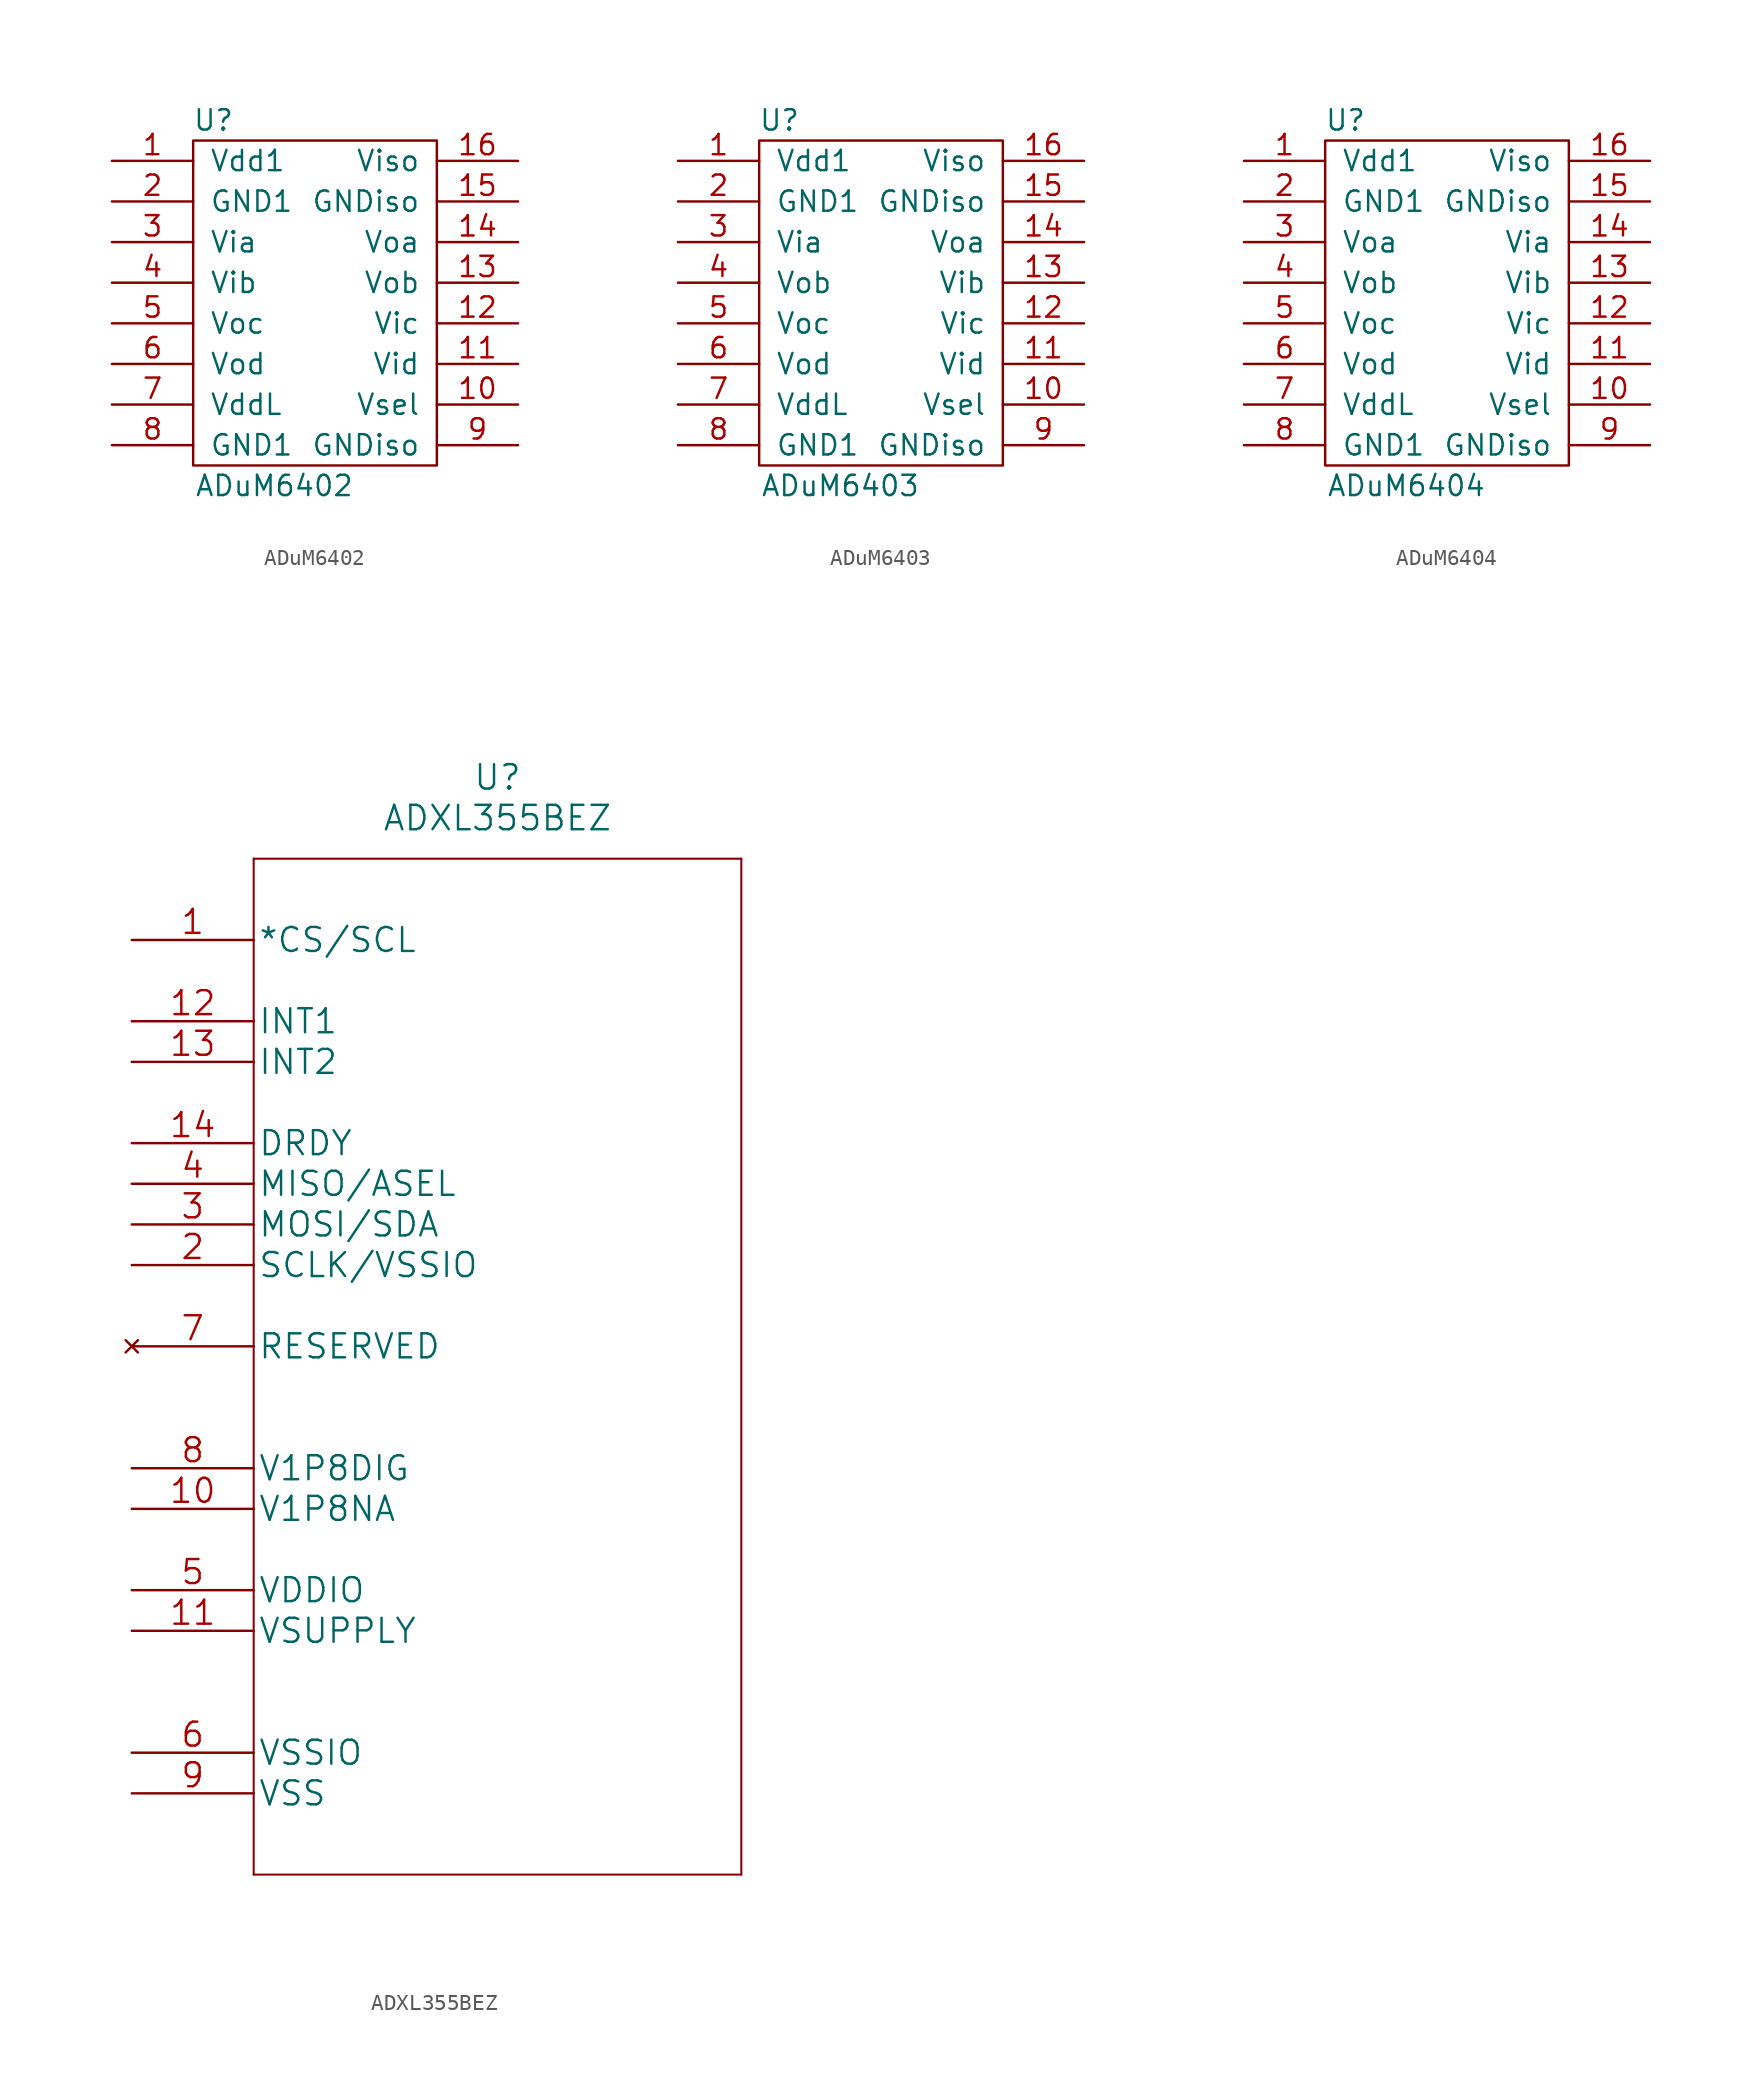
<source format=kicad_sym>
(kicad_symbol_lib
  (version 20211014)
  (generator kicad_symbol_editor)
  (symbol "ADuM6402"
    (pin_names
      (offset 1.016))
    (property "Reference" "U"
      (at -6.35 11.43 0)
      (effects (font (size 1.27 1.27))))
    (property "Value" "ADuM6402"
      (at -2.54 -11.43 0)
      (effects (font (size 1.27 1.27))))
    (symbol "ADuM6402_0_1"
      (rectangle (start -7.62 10.16) (end 7.62 -10.16) (stroke (width 0) (type default) (color 0 0 0 0)) (fill (type none))))
    (symbol "ADuM6402_1_1"
      (pin power_in line (at -12.7 8.89 0) (length 5.08) (name "Vdd1" (effects (font (size 1.27 1.27)))) (number "1" (effects (font (size 1.27 1.27)))))
      (pin power_out line (at 12.7 -6.35 180) (length 5.08) (name "Vsel" (effects (font (size 1.27 1.27)))) (number "10" (effects (font (size 1.27 1.27)))))
      (pin input line (at 12.7 -3.81 180) (length 5.08) (name "Vid" (effects (font (size 1.27 1.27)))) (number "11" (effects (font (size 1.27 1.27)))))
      (pin input line (at 12.7 -1.27 180) (length 5.08) (name "Vic" (effects (font (size 1.27 1.27)))) (number "12" (effects (font (size 1.27 1.27)))))
      (pin output line (at 12.7 1.27 180) (length 5.08) (name "Vob" (effects (font (size 1.27 1.27)))) (number "13" (effects (font (size 1.27 1.27)))))
      (pin output line (at 12.7 3.81 180) (length 5.08) (name "Voa" (effects (font (size 1.27 1.27)))) (number "14" (effects (font (size 1.27 1.27)))))
      (pin power_out line (at 12.7 6.35 180) (length 5.08) (name "GNDiso" (effects (font (size 1.27 1.27)))) (number "15" (effects (font (size 1.27 1.27)))))
      (pin power_out line (at 12.7 8.89 180) (length 5.08) (name "Viso" (effects (font (size 1.27 1.27)))) (number "16" (effects (font (size 1.27 1.27)))))
      (pin power_in line (at -12.7 6.35 0) (length 5.08) (name "GND1" (effects (font (size 1.27 1.27)))) (number "2" (effects (font (size 1.27 1.27)))))
      (pin input line (at -12.7 3.81 0) (length 5.08) (name "Via" (effects (font (size 1.27 1.27)))) (number "3" (effects (font (size 1.27 1.27)))))
      (pin input line (at -12.7 1.27 0) (length 5.08) (name "Vib" (effects (font (size 1.27 1.27)))) (number "4" (effects (font (size 1.27 1.27)))))
      (pin output line (at -12.7 -1.27 0) (length 5.08) (name "Voc" (effects (font (size 1.27 1.27)))) (number "5" (effects (font (size 1.27 1.27)))))
      (pin output line (at -12.7 -3.81 0) (length 5.08) (name "Vod" (effects (font (size 1.27 1.27)))) (number "6" (effects (font (size 1.27 1.27)))))
      (pin power_in line (at -12.7 -6.35 0) (length 5.08) (name "VddL" (effects (font (size 1.27 1.27)))) (number "7" (effects (font (size 1.27 1.27)))))
      (pin power_in line (at -12.7 -8.89 0) (length 5.08) (name "GND1" (effects (font (size 1.27 1.27)))) (number "8" (effects (font (size 1.27 1.27)))))
      (pin power_out line (at 12.7 -8.89 180) (length 5.08) (name "GNDiso" (effects (font (size 1.27 1.27)))) (number "9" (effects (font (size 1.27 1.27)))))))
  (symbol "ADuM6403"
    (pin_names
      (offset 1.016))
    (property "Reference" "U"
      (at -6.35 11.43 0)
      (effects (font (size 1.27 1.27))))
    (property "Value" "ADuM6403"
      (at -2.54 -11.43 0)
      (effects (font (size 1.27 1.27))))
    (symbol "ADuM6403_0_1"
      (rectangle (start -7.62 10.16) (end 7.62 -10.16) (stroke (width 0) (type default) (color 0 0 0 0)) (fill (type none))))
    (symbol "ADuM6403_1_1"
      (pin power_in line (at -12.7 8.89 0) (length 5.08) (name "Vdd1" (effects (font (size 1.27 1.27)))) (number "1" (effects (font (size 1.27 1.27)))))
      (pin power_out line (at 12.7 -6.35 180) (length 5.08) (name "Vsel" (effects (font (size 1.27 1.27)))) (number "10" (effects (font (size 1.27 1.27)))))
      (pin input line (at 12.7 -3.81 180) (length 5.08) (name "Vid" (effects (font (size 1.27 1.27)))) (number "11" (effects (font (size 1.27 1.27)))))
      (pin input line (at 12.7 -1.27 180) (length 5.08) (name "Vic" (effects (font (size 1.27 1.27)))) (number "12" (effects (font (size 1.27 1.27)))))
      (pin input line (at 12.7 1.27 180) (length 5.08) (name "Vib" (effects (font (size 1.27 1.27)))) (number "13" (effects (font (size 1.27 1.27)))))
      (pin output line (at 12.7 3.81 180) (length 5.08) (name "Voa" (effects (font (size 1.27 1.27)))) (number "14" (effects (font (size 1.27 1.27)))))
      (pin power_out line (at 12.7 6.35 180) (length 5.08) (name "GNDiso" (effects (font (size 1.27 1.27)))) (number "15" (effects (font (size 1.27 1.27)))))
      (pin power_out line (at 12.7 8.89 180) (length 5.08) (name "Viso" (effects (font (size 1.27 1.27)))) (number "16" (effects (font (size 1.27 1.27)))))
      (pin power_in line (at -12.7 6.35 0) (length 5.08) (name "GND1" (effects (font (size 1.27 1.27)))) (number "2" (effects (font (size 1.27 1.27)))))
      (pin input line (at -12.7 3.81 0) (length 5.08) (name "Via" (effects (font (size 1.27 1.27)))) (number "3" (effects (font (size 1.27 1.27)))))
      (pin output line (at -12.7 1.27 0) (length 5.08) (name "Vob" (effects (font (size 1.27 1.27)))) (number "4" (effects (font (size 1.27 1.27)))))
      (pin output line (at -12.7 -1.27 0) (length 5.08) (name "Voc" (effects (font (size 1.27 1.27)))) (number "5" (effects (font (size 1.27 1.27)))))
      (pin output line (at -12.7 -3.81 0) (length 5.08) (name "Vod" (effects (font (size 1.27 1.27)))) (number "6" (effects (font (size 1.27 1.27)))))
      (pin power_in line (at -12.7 -6.35 0) (length 5.08) (name "VddL" (effects (font (size 1.27 1.27)))) (number "7" (effects (font (size 1.27 1.27)))))
      (pin power_in line (at -12.7 -8.89 0) (length 5.08) (name "GND1" (effects (font (size 1.27 1.27)))) (number "8" (effects (font (size 1.27 1.27)))))
      (pin power_out line (at 12.7 -8.89 180) (length 5.08) (name "GNDiso" (effects (font (size 1.27 1.27)))) (number "9" (effects (font (size 1.27 1.27)))))))
  (symbol "ADuM6404"
    (pin_names
      (offset 1.016))
    (property "Reference" "U"
      (at -6.35 11.43 0)
      (effects (font (size 1.27 1.27))))
    (property "Value" "ADuM6404"
      (at -2.54 -11.43 0)
      (effects (font (size 1.27 1.27))))
    (symbol "ADuM6404_0_1"
      (rectangle (start -7.62 10.16) (end 7.62 -10.16) (stroke (width 0) (type default) (color 0 0 0 0)) (fill (type none))))
    (symbol "ADuM6404_1_1"
      (pin power_in line (at -12.7 8.89 0) (length 5.08) (name "Vdd1" (effects (font (size 1.27 1.27)))) (number "1" (effects (font (size 1.27 1.27)))))
      (pin power_out line (at 12.7 -6.35 180) (length 5.08) (name "Vsel" (effects (font (size 1.27 1.27)))) (number "10" (effects (font (size 1.27 1.27)))))
      (pin input line (at 12.7 -3.81 180) (length 5.08) (name "Vid" (effects (font (size 1.27 1.27)))) (number "11" (effects (font (size 1.27 1.27)))))
      (pin input line (at 12.7 -1.27 180) (length 5.08) (name "Vic" (effects (font (size 1.27 1.27)))) (number "12" (effects (font (size 1.27 1.27)))))
      (pin input line (at 12.7 1.27 180) (length 5.08) (name "Vib" (effects (font (size 1.27 1.27)))) (number "13" (effects (font (size 1.27 1.27)))))
      (pin input line (at 12.7 3.81 180) (length 5.08) (name "Via" (effects (font (size 1.27 1.27)))) (number "14" (effects (font (size 1.27 1.27)))))
      (pin power_out line (at 12.7 6.35 180) (length 5.08) (name "GNDiso" (effects (font (size 1.27 1.27)))) (number "15" (effects (font (size 1.27 1.27)))))
      (pin power_out line (at 12.7 8.89 180) (length 5.08) (name "Viso" (effects (font (size 1.27 1.27)))) (number "16" (effects (font (size 1.27 1.27)))))
      (pin power_in line (at -12.7 6.35 0) (length 5.08) (name "GND1" (effects (font (size 1.27 1.27)))) (number "2" (effects (font (size 1.27 1.27)))))
      (pin output line (at -12.7 3.81 0) (length 5.08) (name "Voa" (effects (font (size 1.27 1.27)))) (number "3" (effects (font (size 1.27 1.27)))))
      (pin output line (at -12.7 1.27 0) (length 5.08) (name "Vob" (effects (font (size 1.27 1.27)))) (number "4" (effects (font (size 1.27 1.27)))))
      (pin output line (at -12.7 -1.27 0) (length 5.08) (name "Voc" (effects (font (size 1.27 1.27)))) (number "5" (effects (font (size 1.27 1.27)))))
      (pin output line (at -12.7 -3.81 0) (length 5.08) (name "Vod" (effects (font (size 1.27 1.27)))) (number "6" (effects (font (size 1.27 1.27)))))
      (pin power_in line (at -12.7 -6.35 0) (length 5.08) (name "VddL" (effects (font (size 1.27 1.27)))) (number "7" (effects (font (size 1.27 1.27)))))
      (pin power_in line (at -12.7 -8.89 0) (length 5.08) (name "GND1" (effects (font (size 1.27 1.27)))) (number "8" (effects (font (size 1.27 1.27)))))
      (pin power_out line (at 12.7 -8.89 180) (length 5.08) (name "GNDiso" (effects (font (size 1.27 1.27)))) (number "9" (effects (font (size 1.27 1.27)))))))
  (symbol "ADXL355BEZ"
    (pin_names
      (offset 0.254))
    (property "Reference" "U"
      (at 22.86 10.16 0)
      (effects (font (size 1.524 1.524))))
    (property "Value" "ADXL355BEZ"
      (at 22.86 7.62 0)
      (effects (font (size 1.524 1.524))))
    (property "Datasheet" ""
      (at 0 0 0)
      (effects (font (size 1.524 1.524))))
    (property "ki_locked" ""
      (at 0 0 0)
      (effects (font (size 1.27 1.27))))
    (symbol "ADXL355BEZ_1_1"
      (polyline (pts (xy 7.62 -58.42) (xy 38.1 -58.42)) (stroke (width 0.127) (type default) (color 0 0 0 0)) (fill (type none)))
      (polyline (pts (xy 7.62 5.08) (xy 7.62 -58.42)) (stroke (width 0.127) (type default) (color 0 0 0 0)) (fill (type none)))
      (polyline (pts (xy 38.1 -58.42) (xy 38.1 5.08)) (stroke (width 0.127) (type default) (color 0 0 0 0)) (fill (type none)))
      (polyline (pts (xy 38.1 5.08) (xy 7.62 5.08)) (stroke (width 0.127) (type default) (color 0 0 0 0)) (fill (type none)))
      (pin input line (at 0 0 0) (length 7.62) (name "*CS/SCL" (effects (font (size 1.499 1.499)))) (number "1" (effects (font (size 1.499 1.499)))))
      (pin power_in line (at 0 -35.56 0) (length 7.62) (name "V1P8NA" (effects (font (size 1.499 1.499)))) (number "10" (effects (font (size 1.499 1.499)))))
      (pin power_in line (at 0 -43.18 0) (length 7.62) (name "VSUPPLY" (effects (font (size 1.499 1.499)))) (number "11" (effects (font (size 1.499 1.499)))))
      (pin output line (at 0 -5.08 0) (length 7.62) (name "INT1" (effects (font (size 1.499 1.499)))) (number "12" (effects (font (size 1.499 1.499)))))
      (pin output line (at 0 -7.62 0) (length 7.62) (name "INT2" (effects (font (size 1.499 1.499)))) (number "13" (effects (font (size 1.499 1.499)))))
      (pin unspecified line (at 0 -12.7 0) (length 7.62) (name "DRDY" (effects (font (size 1.499 1.499)))) (number "14" (effects (font (size 1.499 1.499)))))
      (pin bidirectional line (at 0 -20.32 0) (length 7.62) (name "SCLK/VSSIO" (effects (font (size 1.499 1.499)))) (number "2" (effects (font (size 1.499 1.499)))))
      (pin bidirectional line (at 0 -17.78 0) (length 7.62) (name "MOSI/SDA" (effects (font (size 1.499 1.499)))) (number "3" (effects (font (size 1.499 1.499)))))
      (pin bidirectional line (at 0 -15.24 0) (length 7.62) (name "MISO/ASEL" (effects (font (size 1.499 1.499)))) (number "4" (effects (font (size 1.499 1.499)))))
      (pin power_in line (at 0 -40.64 0) (length 7.62) (name "VDDIO" (effects (font (size 1.499 1.499)))) (number "5" (effects (font (size 1.499 1.499)))))
      (pin power_in line (at 0 -50.8 0) (length 7.62) (name "VSSIO" (effects (font (size 1.499 1.499)))) (number "6" (effects (font (size 1.499 1.499)))))
      (pin no_connect line (at 0 -25.4 0) (length 7.62) (name "RESERVED" (effects (font (size 1.499 1.499)))) (number "7" (effects (font (size 1.499 1.499)))))
      (pin power_in line (at 0 -33.02 0) (length 7.62) (name "V1P8DIG" (effects (font (size 1.499 1.499)))) (number "8" (effects (font (size 1.499 1.499)))))
      (pin power_in line (at 0 -53.34 0) (length 7.62) (name "VSS" (effects (font (size 1.499 1.499)))) (number "9" (effects (font (size 1.499 1.499))))))))
</source>
